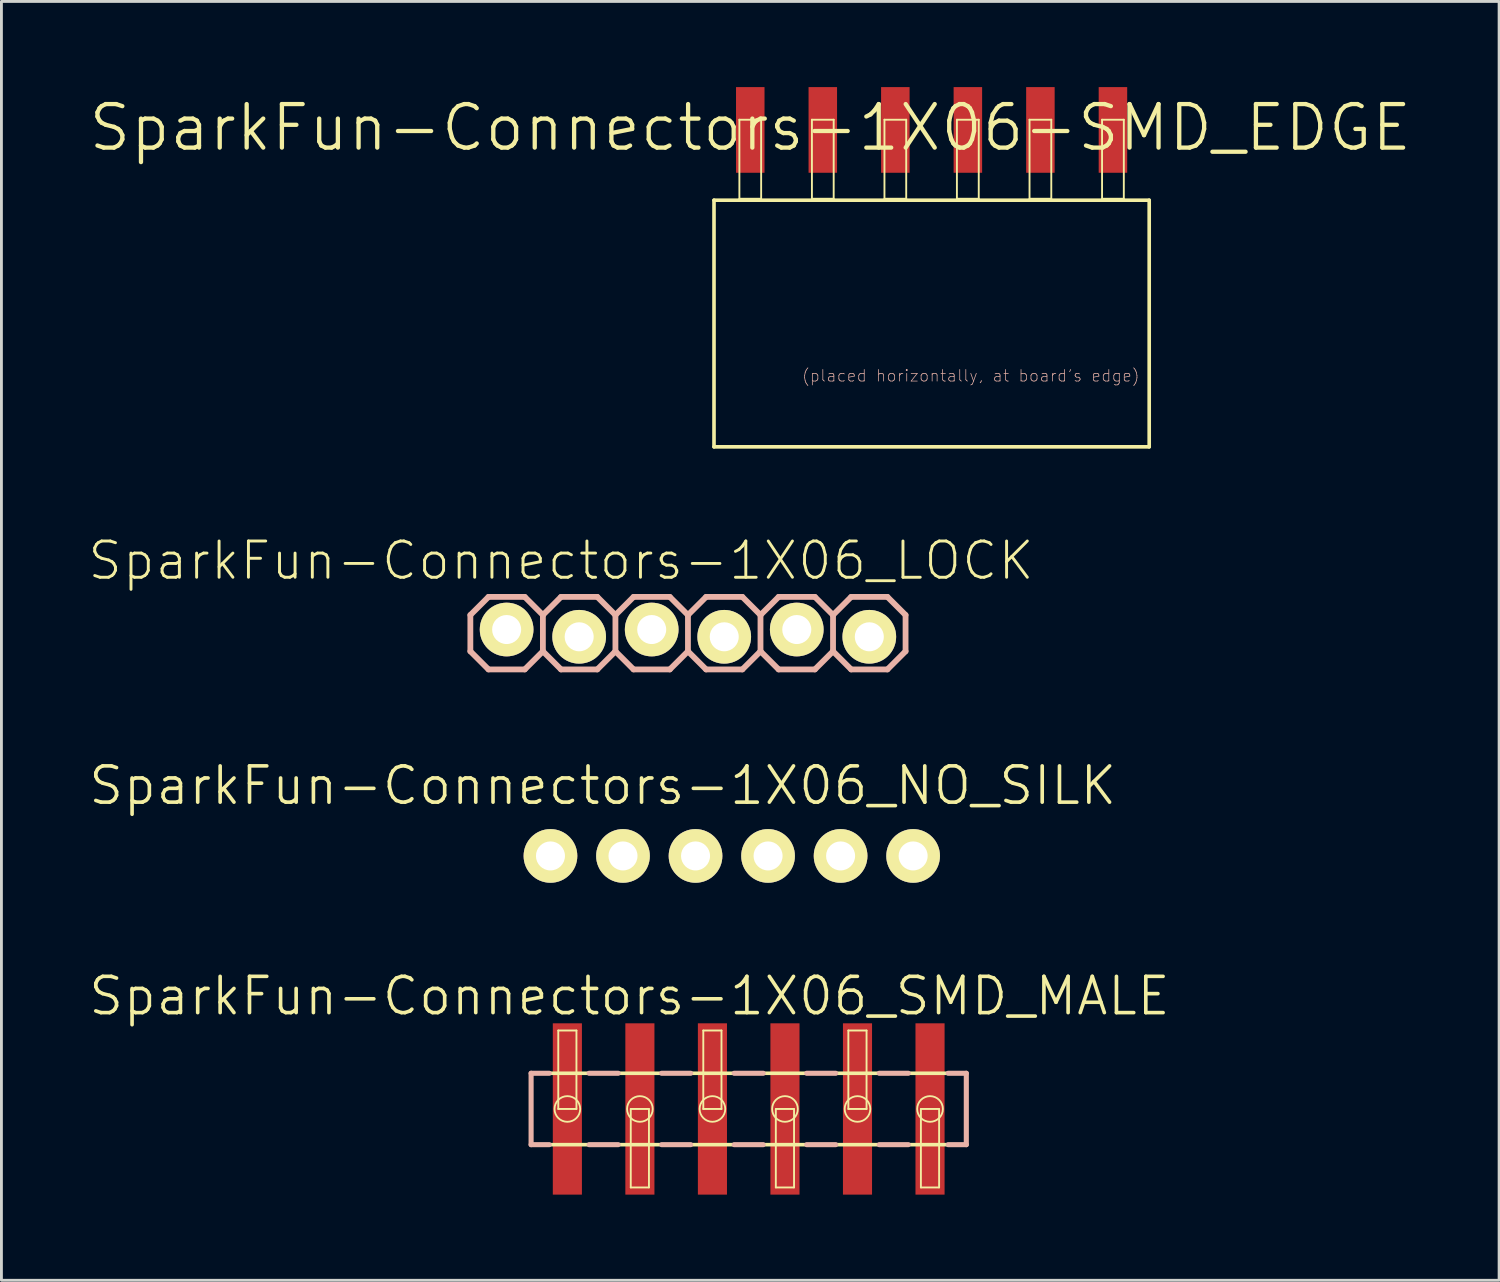
<source format=kicad_pcb>
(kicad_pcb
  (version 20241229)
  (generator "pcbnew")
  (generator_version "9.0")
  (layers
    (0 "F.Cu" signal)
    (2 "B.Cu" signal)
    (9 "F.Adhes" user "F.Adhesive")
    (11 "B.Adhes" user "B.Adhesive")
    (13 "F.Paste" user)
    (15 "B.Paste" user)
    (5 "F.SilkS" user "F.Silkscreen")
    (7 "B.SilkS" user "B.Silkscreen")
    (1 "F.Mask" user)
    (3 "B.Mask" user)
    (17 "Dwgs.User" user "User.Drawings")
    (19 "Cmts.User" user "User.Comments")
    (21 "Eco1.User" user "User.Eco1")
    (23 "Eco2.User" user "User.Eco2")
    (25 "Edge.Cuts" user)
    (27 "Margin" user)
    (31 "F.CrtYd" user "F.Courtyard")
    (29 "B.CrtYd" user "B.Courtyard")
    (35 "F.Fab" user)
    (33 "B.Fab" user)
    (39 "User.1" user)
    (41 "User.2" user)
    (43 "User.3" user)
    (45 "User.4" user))
  (footprint "SparkFun-Connectors-1X06_LOCK"
    (layer "F.Cu")
    (at 14.691 18.995)
    (property "Reference" "SparkFun-Connectors-1X06_LOCK" (at 1.905 -2.413 0) (layer "F.SilkS") (effects (font (size 1.27 1.27) (thickness 0.102))))
    (attr exclude_from_pos_files exclude_from_bom)
    (fp_line (start -0.292 -0.165) (end 0.292 -0.165) (stroke (width 0.066) (type solid)) (layer "F.SilkS"))
    (fp_line (start -0.292 0.419) (end -0.292 -0.165) (stroke (width 0.066) (type solid)) (layer "F.SilkS"))
    (fp_line (start -0.292 0.419) (end 0.292 0.419) (stroke (width 0.066) (type solid)) (layer "F.SilkS"))
    (fp_line (start 0.292 0.419) (end 0.292 -0.165) (stroke (width 0.066) (type solid)) (layer "F.SilkS"))
    (fp_line (start 2.248 -0.165) (end 2.832 -0.165) (stroke (width 0.066) (type solid)) (layer "F.SilkS"))
    (fp_line (start 2.248 0.419) (end 2.248 -0.165) (stroke (width 0.066) (type solid)) (layer "F.SilkS"))
    (fp_line (start 2.248 0.419) (end 2.832 0.419) (stroke (width 0.066) (type solid)) (layer "F.SilkS"))
    (fp_line (start 2.832 0.419) (end 2.832 -0.165) (stroke (width 0.066) (type solid)) (layer "F.SilkS"))
    (fp_line (start 4.788 -0.165) (end 5.372 -0.165) (stroke (width 0.066) (type solid)) (layer "F.SilkS"))
    (fp_line (start 4.788 0.419) (end 4.788 -0.165) (stroke (width 0.066) (type solid)) (layer "F.SilkS"))
    (fp_line (start 4.788 0.419) (end 5.372 0.419) (stroke (width 0.066) (type solid)) (layer "F.SilkS"))
    (fp_line (start 5.372 0.419) (end 5.372 -0.165) (stroke (width 0.066) (type solid)) (layer "F.SilkS"))
    (fp_line (start 7.328 -0.165) (end 7.912 -0.165) (stroke (width 0.066) (type solid)) (layer "F.SilkS"))
    (fp_line (start 7.328 0.419) (end 7.328 -0.165) (stroke (width 0.066) (type solid)) (layer "F.SilkS"))
    (fp_line (start 7.328 0.419) (end 7.912 0.419) (stroke (width 0.066) (type solid)) (layer "F.SilkS"))
    (fp_line (start 7.912 0.419) (end 7.912 -0.165) (stroke (width 0.066) (type solid)) (layer "F.SilkS"))
    (fp_line (start 9.868 -0.165) (end 10.452 -0.165) (stroke (width 0.066) (type solid)) (layer "F.SilkS"))
    (fp_line (start 9.868 0.419) (end 9.868 -0.165) (stroke (width 0.066) (type solid)) (layer "F.SilkS"))
    (fp_line (start 9.868 0.419) (end 10.452 0.419) (stroke (width 0.066) (type solid)) (layer "F.SilkS"))
    (fp_line (start 10.452 0.419) (end 10.452 -0.165) (stroke (width 0.066) (type solid)) (layer "F.SilkS"))
    (fp_line (start 12.408 -0.165) (end 12.992 -0.165) (stroke (width 0.066) (type solid)) (layer "F.SilkS"))
    (fp_line (start 12.408 0.419) (end 12.408 -0.165) (stroke (width 0.066) (type solid)) (layer "F.SilkS"))
    (fp_line (start 12.408 0.419) (end 12.992 0.419) (stroke (width 0.066) (type solid)) (layer "F.SilkS"))
    (fp_line (start 12.992 0.419) (end 12.992 -0.165) (stroke (width 0.066) (type solid)) (layer "F.SilkS"))
    (fp_line (start -1.27 -0.508) (end -0.635 -1.143) (stroke (width 0.203) (type solid)) (layer "B.SilkS"))
    (fp_line (start -1.27 0.762) (end -1.27 -0.508) (stroke (width 0.203) (type solid)) (layer "B.SilkS"))
    (fp_line (start -0.635 -1.143) (end 0.635 -1.143) (stroke (width 0.203) (type solid)) (layer "B.SilkS"))
    (fp_line (start -0.635 1.397) (end -1.27 0.762) (stroke (width 0.203) (type solid)) (layer "B.SilkS"))
    (fp_line (start 0.635 -1.143) (end 1.27 -0.508) (stroke (width 0.203) (type solid)) (layer "B.SilkS"))
    (fp_line (start 0.635 1.397) (end -0.635 1.397) (stroke (width 0.203) (type solid)) (layer "B.SilkS"))
    (fp_line (start 1.27 -0.508) (end 1.27 0.762) (stroke (width 0.203) (type solid)) (layer "B.SilkS"))
    (fp_line (start 1.27 -0.508) (end 1.905 -1.143) (stroke (width 0.203) (type solid)) (layer "B.SilkS"))
    (fp_line (start 1.27 0.762) (end 0.635 1.397) (stroke (width 0.203) (type solid)) (layer "B.SilkS"))
    (fp_line (start 1.905 -1.143) (end 3.175 -1.143) (stroke (width 0.203) (type solid)) (layer "B.SilkS"))
    (fp_line (start 1.905 1.397) (end 1.27 0.762) (stroke (width 0.203) (type solid)) (layer "B.SilkS"))
    (fp_line (start 3.175 -1.143) (end 3.81 -0.508) (stroke (width 0.203) (type solid)) (layer "B.SilkS"))
    (fp_line (start 3.175 1.397) (end 1.905 1.397) (stroke (width 0.203) (type solid)) (layer "B.SilkS"))
    (fp_line (start 3.81 -0.508) (end 3.81 0.762) (stroke (width 0.203) (type solid)) (layer "B.SilkS"))
    (fp_line (start 3.81 -0.508) (end 4.445 -1.143) (stroke (width 0.203) (type solid)) (layer "B.SilkS"))
    (fp_line (start 3.81 0.762) (end 3.175 1.397) (stroke (width 0.203) (type solid)) (layer "B.SilkS"))
    (fp_line (start 4.445 -1.143) (end 5.715 -1.143) (stroke (width 0.203) (type solid)) (layer "B.SilkS"))
    (fp_line (start 4.445 1.397) (end 3.81 0.762) (stroke (width 0.203) (type solid)) (layer "B.SilkS"))
    (fp_line (start 5.715 -1.143) (end 6.35 -0.508) (stroke (width 0.203) (type solid)) (layer "B.SilkS"))
    (fp_line (start 5.715 1.397) (end 4.445 1.397) (stroke (width 0.203) (type solid)) (layer "B.SilkS"))
    (fp_line (start 6.35 -0.508) (end 6.35 0.762) (stroke (width 0.203) (type solid)) (layer "B.SilkS"))
    (fp_line (start 6.35 -0.508) (end 6.985 -1.143) (stroke (width 0.203) (type solid)) (layer "B.SilkS"))
    (fp_line (start 6.35 0.762) (end 5.715 1.397) (stroke (width 0.203) (type solid)) (layer "B.SilkS"))
    (fp_line (start 6.985 -1.143) (end 8.255 -1.143) (stroke (width 0.203) (type solid)) (layer "B.SilkS"))
    (fp_line (start 6.985 1.397) (end 6.35 0.762) (stroke (width 0.203) (type solid)) (layer "B.SilkS"))
    (fp_line (start 8.255 -1.143) (end 8.89 -0.508) (stroke (width 0.203) (type solid)) (layer "B.SilkS"))
    (fp_line (start 8.255 1.397) (end 6.985 1.397) (stroke (width 0.203) (type solid)) (layer "B.SilkS"))
    (fp_line (start 8.89 -0.508) (end 8.89 0.762) (stroke (width 0.203) (type solid)) (layer "B.SilkS"))
    (fp_line (start 8.89 -0.508) (end 9.525 -1.143) (stroke (width 0.203) (type solid)) (layer "B.SilkS"))
    (fp_line (start 8.89 0.762) (end 8.255 1.397) (stroke (width 0.203) (type solid)) (layer "B.SilkS"))
    (fp_line (start 9.525 -1.143) (end 10.795 -1.143) (stroke (width 0.203) (type solid)) (layer "B.SilkS"))
    (fp_line (start 9.525 1.397) (end 8.89 0.762) (stroke (width 0.203) (type solid)) (layer "B.SilkS"))
    (fp_line (start 10.795 -1.143) (end 11.43 -0.508) (stroke (width 0.203) (type solid)) (layer "B.SilkS"))
    (fp_line (start 10.795 1.397) (end 9.525 1.397) (stroke (width 0.203) (type solid)) (layer "B.SilkS"))
    (fp_line (start 11.43 -0.508) (end 11.43 0.762) (stroke (width 0.203) (type solid)) (layer "B.SilkS"))
    (fp_line (start 11.43 -0.508) (end 12.065 -1.143) (stroke (width 0.203) (type solid)) (layer "B.SilkS"))
    (fp_line (start 11.43 0.762) (end 10.795 1.397) (stroke (width 0.203) (type solid)) (layer "B.SilkS"))
    (fp_line (start 12.065 -1.143) (end 13.335 -1.143) (stroke (width 0.203) (type solid)) (layer "B.SilkS"))
    (fp_line (start 12.065 1.397) (end 11.43 0.762) (stroke (width 0.203) (type solid)) (layer "B.SilkS"))
    (fp_line (start 13.335 -1.143) (end 13.97 -0.508) (stroke (width 0.203) (type solid)) (layer "B.SilkS"))
    (fp_line (start 13.335 1.397) (end 12.065 1.397) (stroke (width 0.203) (type solid)) (layer "B.SilkS"))
    (fp_line (start 13.97 -0.508) (end 13.97 0.762) (stroke (width 0.203) (type solid)) (layer "B.SilkS"))
    (fp_line (start 13.97 0.762) (end 13.335 1.397) (stroke (width 0.203) (type solid)) (layer "B.SilkS"))
    (pad "1" thru_hole circle (at 0 0) (size 1.88 1.88) (drill 1.016) (layers "*.Cu" "F.Mask" "F.SilkS" "F.Paste"))
    (pad "2" thru_hole circle (at 2.54 0.254) (size 1.88 1.88) (drill 1.016) (layers "*.Cu" "F.Mask" "F.SilkS" "F.Paste"))
    (pad "3" thru_hole circle (at 5.08 0) (size 1.88 1.88) (drill 1.016) (layers "*.Cu" "F.Mask" "F.SilkS" "F.Paste"))
    (pad "4" thru_hole circle (at 7.62 0.254) (size 1.88 1.88) (drill 1.016) (layers "*.Cu" "F.Mask" "F.SilkS" "F.Paste"))
    (pad "5" thru_hole circle (at 10.16 0) (size 1.88 1.88) (drill 1.016) (layers "*.Cu" "F.Mask" "F.SilkS" "F.Paste"))
    (pad "6" thru_hole circle (at 12.7 0.254) (size 1.88 1.88) (drill 1.016) (layers "*.Cu" "F.Mask" "F.SilkS" "F.Paste")))
  (footprint "SparkFun-Connectors-1X06_NO_SILK"
    (layer "F.Cu")
    (at 16.226 26.923)
    (property "Reference" "SparkFun-Connectors-1X06_NO_SILK" (at 1.829 -2.464 0) (layer "F.SilkS") (effects (font (size 1.27 1.27) (thickness 0.127))))
    (attr exclude_from_pos_files exclude_from_bom)
    (fp_line (start -0.254 -0.254) (end 0.254 -0.254) (stroke (width 0.066) (type solid)) (layer "F.SilkS"))
    (fp_line (start -0.254 0.254) (end -0.254 -0.254) (stroke (width 0.066) (type solid)) (layer "F.SilkS"))
    (fp_line (start -0.254 0.254) (end 0.254 0.254) (stroke (width 0.066) (type solid)) (layer "F.SilkS"))
    (fp_line (start 0.254 0.254) (end 0.254 -0.254) (stroke (width 0.066) (type solid)) (layer "F.SilkS"))
    (fp_line (start 2.286 -0.254) (end 2.794 -0.254) (stroke (width 0.066) (type solid)) (layer "F.SilkS"))
    (fp_line (start 2.286 0.254) (end 2.286 -0.254) (stroke (width 0.066) (type solid)) (layer "F.SilkS"))
    (fp_line (start 2.286 0.254) (end 2.794 0.254) (stroke (width 0.066) (type solid)) (layer "F.SilkS"))
    (fp_line (start 2.794 0.254) (end 2.794 -0.254) (stroke (width 0.066) (type solid)) (layer "F.SilkS"))
    (fp_line (start 4.826 -0.254) (end 5.334 -0.254) (stroke (width 0.066) (type solid)) (layer "F.SilkS"))
    (fp_line (start 4.826 0.254) (end 4.826 -0.254) (stroke (width 0.066) (type solid)) (layer "F.SilkS"))
    (fp_line (start 4.826 0.254) (end 5.334 0.254) (stroke (width 0.066) (type solid)) (layer "F.SilkS"))
    (fp_line (start 5.334 0.254) (end 5.334 -0.254) (stroke (width 0.066) (type solid)) (layer "F.SilkS"))
    (fp_line (start 7.366 -0.254) (end 7.874 -0.254) (stroke (width 0.066) (type solid)) (layer "F.SilkS"))
    (fp_line (start 7.366 0.254) (end 7.366 -0.254) (stroke (width 0.066) (type solid)) (layer "F.SilkS"))
    (fp_line (start 7.366 0.254) (end 7.874 0.254) (stroke (width 0.066) (type solid)) (layer "F.SilkS"))
    (fp_line (start 7.874 0.254) (end 7.874 -0.254) (stroke (width 0.066) (type solid)) (layer "F.SilkS"))
    (fp_line (start 9.906 -0.254) (end 10.414 -0.254) (stroke (width 0.066) (type solid)) (layer "F.SilkS"))
    (fp_line (start 9.906 0.254) (end 9.906 -0.254) (stroke (width 0.066) (type solid)) (layer "F.SilkS"))
    (fp_line (start 9.906 0.254) (end 10.414 0.254) (stroke (width 0.066) (type solid)) (layer "F.SilkS"))
    (fp_line (start 10.414 0.254) (end 10.414 -0.254) (stroke (width 0.066) (type solid)) (layer "F.SilkS"))
    (fp_line (start 12.446 -0.254) (end 12.954 -0.254) (stroke (width 0.066) (type solid)) (layer "F.SilkS"))
    (fp_line (start 12.446 0.254) (end 12.446 -0.254) (stroke (width 0.066) (type solid)) (layer "F.SilkS"))
    (fp_line (start 12.446 0.254) (end 12.954 0.254) (stroke (width 0.066) (type solid)) (layer "F.SilkS"))
    (fp_line (start 12.954 0.254) (end 12.954 -0.254) (stroke (width 0.066) (type solid)) (layer "F.SilkS"))
    (pad "1" thru_hole circle (at 0 0) (size 1.88 1.88) (drill 1.016) (layers "*.Cu" "F.Mask" "F.SilkS" "F.Paste"))
    (pad "2" thru_hole circle (at 2.54 0) (size 1.88 1.88) (drill 1.016) (layers "*.Cu" "F.Mask" "F.SilkS" "F.Paste"))
    (pad "3" thru_hole circle (at 5.08 0) (size 1.88 1.88) (drill 1.016) (layers "*.Cu" "F.Mask" "F.SilkS" "F.Paste"))
    (pad "4" thru_hole circle (at 7.62 0) (size 1.88 1.88) (drill 1.016) (layers "*.Cu" "F.Mask" "F.SilkS" "F.Paste"))
    (pad "5" thru_hole circle (at 10.16 0) (size 1.88 1.88) (drill 1.016) (layers "*.Cu" "F.Mask" "F.SilkS" "F.Paste"))
    (pad "6" thru_hole circle (at 12.7 0) (size 1.88 1.88) (drill 1.016) (layers "*.Cu" "F.Mask" "F.SilkS" "F.Paste")))
  (footprint "SparkFun-Connectors-1X06_SMD_MALE"
    (layer "F.Cu")
    (at 16.818 35.784)
    (property "Reference" "SparkFun-Connectors-1X06_SMD_MALE" (at 2.174 -3.955 0) (layer "F.SilkS") (effects (font (size 1.27 1.27) (thickness 0.127))))
    (attr smd)
    (fp_line (start -1.27 -1.25) (end -1.27 1.25) (stroke (width 0.127) (type solid)) (layer "F.SilkS"))
    (fp_line (start -1.27 1.25) (end 13.97 1.25) (stroke (width 0.127) (type solid)) (layer "F.SilkS"))
    (fp_line (start -0.318 -2.748) (end 0.318 -2.748) (stroke (width 0.066) (type solid)) (layer "F.SilkS"))
    (fp_line (start -0.318 0) (end -0.318 -2.748) (stroke (width 0.066) (type solid)) (layer "F.SilkS"))
    (fp_line (start -0.318 0) (end 0.318 0) (stroke (width 0.066) (type solid)) (layer "F.SilkS"))
    (fp_line (start 0.318 0) (end 0.318 -2.748) (stroke (width 0.066) (type solid)) (layer "F.SilkS"))
    (fp_line (start 2.22 0) (end 2.857 0) (stroke (width 0.066) (type solid)) (layer "F.SilkS"))
    (fp_line (start 2.22 2.748) (end 2.22 0) (stroke (width 0.066) (type solid)) (layer "F.SilkS"))
    (fp_line (start 2.22 2.748) (end 2.857 2.748) (stroke (width 0.066) (type solid)) (layer "F.SilkS"))
    (fp_line (start 2.857 2.748) (end 2.857 0) (stroke (width 0.066) (type solid)) (layer "F.SilkS"))
    (fp_line (start 4.76 -2.748) (end 5.397 -2.748) (stroke (width 0.066) (type solid)) (layer "F.SilkS"))
    (fp_line (start 4.76 0) (end 4.76 -2.748) (stroke (width 0.066) (type solid)) (layer "F.SilkS"))
    (fp_line (start 4.76 0) (end 5.397 0) (stroke (width 0.066) (type solid)) (layer "F.SilkS"))
    (fp_line (start 5.397 0) (end 5.397 -2.748) (stroke (width 0.066) (type solid)) (layer "F.SilkS"))
    (fp_line (start 7.3 0) (end 7.938 0) (stroke (width 0.066) (type solid)) (layer "F.SilkS"))
    (fp_line (start 7.3 2.748) (end 7.3 0) (stroke (width 0.066) (type solid)) (layer "F.SilkS"))
    (fp_line (start 7.3 2.748) (end 7.938 2.748) (stroke (width 0.066) (type solid)) (layer "F.SilkS"))
    (fp_line (start 7.938 2.748) (end 7.938 0) (stroke (width 0.066) (type solid)) (layer "F.SilkS"))
    (fp_line (start 9.84 -2.748) (end 10.477 -2.748) (stroke (width 0.066) (type solid)) (layer "F.SilkS"))
    (fp_line (start 9.84 0) (end 9.84 -2.748) (stroke (width 0.066) (type solid)) (layer "F.SilkS"))
    (fp_line (start 9.84 0) (end 10.477 0) (stroke (width 0.066) (type solid)) (layer "F.SilkS"))
    (fp_line (start 10.477 0) (end 10.477 -2.748) (stroke (width 0.066) (type solid)) (layer "F.SilkS"))
    (fp_line (start 12.38 0) (end 13.018 0) (stroke (width 0.066) (type solid)) (layer "F.SilkS"))
    (fp_line (start 12.38 2.748) (end 12.38 0) (stroke (width 0.066) (type solid)) (layer "F.SilkS"))
    (fp_line (start 12.38 2.748) (end 13.018 2.748) (stroke (width 0.066) (type solid)) (layer "F.SilkS"))
    (fp_line (start 13.018 2.748) (end 13.018 0) (stroke (width 0.066) (type solid)) (layer "F.SilkS"))
    (fp_line (start 13.97 -1.25) (end -1.27 -1.25) (stroke (width 0.127) (type solid)) (layer "F.SilkS"))
    (fp_line (start 13.97 1.25) (end 13.97 -1.25) (stroke (width 0.127) (type solid)) (layer "F.SilkS"))
    (fp_circle (center 0 0) (end -0.318 0.318) (stroke (width 0.064) (type solid)) (fill no) (layer "F.SilkS"))
    (fp_circle (center 2.54 0) (end 2.857 0.318) (stroke (width 0.064) (type solid)) (fill no) (layer "F.SilkS"))
    (fp_circle (center 5.08 0) (end 5.397 0.318) (stroke (width 0.064) (type solid)) (fill no) (layer "F.SilkS"))
    (fp_circle (center 7.62 0) (end 7.938 0.318) (stroke (width 0.064) (type solid)) (fill no) (layer "F.SilkS"))
    (fp_circle (center 10.16 0) (end 10.477 0.318) (stroke (width 0.064) (type solid)) (fill no) (layer "F.SilkS"))
    (fp_circle (center 12.7 0) (end 13.018 0.318) (stroke (width 0.064) (type solid)) (fill no) (layer "F.SilkS"))
    (fp_line (start -1.27 -1.25) (end -1.27 1.25) (stroke (width 0.178) (type solid)) (layer "B.SilkS"))
    (fp_line (start -1.27 -1.25) (end -0.635 -1.25) (stroke (width 0.178) (type solid)) (layer "B.SilkS"))
    (fp_line (start -1.27 1.25) (end -0.635 1.25) (stroke (width 0.178) (type solid)) (layer "B.SilkS"))
    (fp_line (start 0.762 -1.25) (end 1.778 -1.25) (stroke (width 0.178) (type solid)) (layer "B.SilkS"))
    (fp_line (start 1.778 1.25) (end 0.762 1.25) (stroke (width 0.178) (type solid)) (layer "B.SilkS"))
    (fp_line (start 3.302 -1.25) (end 4.318 -1.25) (stroke (width 0.178) (type solid)) (layer "B.SilkS"))
    (fp_line (start 4.318 1.25) (end 3.302 1.25) (stroke (width 0.178) (type solid)) (layer "B.SilkS"))
    (fp_line (start 5.842 -1.25) (end 6.858 -1.25) (stroke (width 0.178) (type solid)) (layer "B.SilkS"))
    (fp_line (start 6.858 1.25) (end 5.842 1.25) (stroke (width 0.178) (type solid)) (layer "B.SilkS"))
    (fp_line (start 8.382 -1.25) (end 9.398 -1.25) (stroke (width 0.178) (type solid)) (layer "B.SilkS"))
    (fp_line (start 9.398 1.25) (end 8.382 1.25) (stroke (width 0.178) (type solid)) (layer "B.SilkS"))
    (fp_line (start 10.922 -1.25) (end 11.938 -1.25) (stroke (width 0.178) (type solid)) (layer "B.SilkS"))
    (fp_line (start 11.938 1.25) (end 10.922 1.25) (stroke (width 0.178) (type solid)) (layer "B.SilkS"))
    (fp_line (start 13.97 -1.25) (end 13.335 -1.25) (stroke (width 0.178) (type solid)) (layer "B.SilkS"))
    (fp_line (start 13.97 1.25) (end 13.335 1.25) (stroke (width 0.178) (type solid)) (layer "B.SilkS"))
    (fp_line (start 13.97 1.25) (end 13.97 -1.25) (stroke (width 0.178) (type solid)) (layer "B.SilkS"))
    (pad "1" smd rect (at 0 0) (size 1.019 5.999) (layers "F.Cu" "F.Mask" "F.Paste"))
    (pad "2" smd rect (at 2.54 0) (size 1.019 5.999) (layers "F.Cu" "F.Mask" "F.Paste"))
    (pad "3" smd rect (at 5.08 0) (size 1.019 5.999) (layers "F.Cu" "F.Mask" "F.Paste"))
    (pad "4" smd rect (at 7.62 0) (size 1.019 5.999) (layers "F.Cu" "F.Mask" "F.Paste"))
    (pad "5" smd rect (at 10.16 0) (size 1.019 5.999) (layers "F.Cu" "F.Mask" "F.Paste"))
    (pad "6" smd rect (at 12.7 0) (size 1.019 5.999) (layers "F.Cu" "F.Mask" "F.Paste")))
  (footprint "SparkFun-Connectors-1X06-SMD_EDGE"
    (layer "F.Cu")
    (at 23.223 1.421)
    (property "Reference" "SparkFun-Connectors-1X06-SMD_EDGE" (at 0 0 0) (layer "F.SilkS") (effects (font (size 1.524 1.524) (thickness 0.15))))
    (attr smd)
    (fp_line (start -1.27 2.54) (end -1.27 11.176) (stroke (width 0.127) (type solid)) (layer "F.SilkS"))
    (fp_line (start -1.27 11.176) (end 13.97 11.176) (stroke (width 0.127) (type solid)) (layer "F.SilkS"))
    (fp_line (start -0.381 -0.279) (end 0.381 -0.279) (stroke (width 0.066) (type solid)) (layer "F.SilkS"))
    (fp_line (start -0.381 2.489) (end -0.381 -0.279) (stroke (width 0.066) (type solid)) (layer "F.SilkS"))
    (fp_line (start -0.381 2.489) (end 0.381 2.489) (stroke (width 0.066) (type solid)) (layer "F.SilkS"))
    (fp_line (start 0.381 2.489) (end 0.381 -0.279) (stroke (width 0.066) (type solid)) (layer "F.SilkS"))
    (fp_line (start 2.159 -0.279) (end 2.921 -0.279) (stroke (width 0.066) (type solid)) (layer "F.SilkS"))
    (fp_line (start 2.159 2.489) (end 2.159 -0.279) (stroke (width 0.066) (type solid)) (layer "F.SilkS"))
    (fp_line (start 2.159 2.489) (end 2.921 2.489) (stroke (width 0.066) (type solid)) (layer "F.SilkS"))
    (fp_line (start 2.921 2.489) (end 2.921 -0.279) (stroke (width 0.066) (type solid)) (layer "F.SilkS"))
    (fp_line (start 4.699 -0.279) (end 5.461 -0.279) (stroke (width 0.066) (type solid)) (layer "F.SilkS"))
    (fp_line (start 4.699 2.489) (end 4.699 -0.279) (stroke (width 0.066) (type solid)) (layer "F.SilkS"))
    (fp_line (start 4.699 2.489) (end 5.461 2.489) (stroke (width 0.066) (type solid)) (layer "F.SilkS"))
    (fp_line (start 5.461 2.489) (end 5.461 -0.279) (stroke (width 0.066) (type solid)) (layer "F.SilkS"))
    (fp_line (start 7.236 -0.279) (end 8.001 -0.279) (stroke (width 0.066) (type solid)) (layer "F.SilkS"))
    (fp_line (start 7.236 2.489) (end 7.236 -0.279) (stroke (width 0.066) (type solid)) (layer "F.SilkS"))
    (fp_line (start 7.236 2.489) (end 8.001 2.489) (stroke (width 0.066) (type solid)) (layer "F.SilkS"))
    (fp_line (start 8.001 2.489) (end 8.001 -0.279) (stroke (width 0.066) (type solid)) (layer "F.SilkS"))
    (fp_line (start 9.779 -0.279) (end 10.541 -0.279) (stroke (width 0.066) (type solid)) (layer "F.SilkS"))
    (fp_line (start 9.779 2.489) (end 9.779 -0.279) (stroke (width 0.066) (type solid)) (layer "F.SilkS"))
    (fp_line (start 9.779 2.489) (end 10.541 2.489) (stroke (width 0.066) (type solid)) (layer "F.SilkS"))
    (fp_line (start 10.541 2.489) (end 10.541 -0.279) (stroke (width 0.066) (type solid)) (layer "F.SilkS"))
    (fp_line (start 12.319 -0.279) (end 13.081 -0.279) (stroke (width 0.066) (type solid)) (layer "F.SilkS"))
    (fp_line (start 12.319 2.489) (end 12.319 -0.279) (stroke (width 0.066) (type solid)) (layer "F.SilkS"))
    (fp_line (start 12.319 2.489) (end 13.081 2.489) (stroke (width 0.066) (type solid)) (layer "F.SilkS"))
    (fp_line (start 13.081 2.489) (end 13.081 -0.279) (stroke (width 0.066) (type solid)) (layer "F.SilkS"))
    (fp_line (start 13.97 2.54) (end -1.27 2.54) (stroke (width 0.127) (type solid)) (layer "F.SilkS"))
    (fp_line (start 13.97 11.176) (end 13.97 2.54) (stroke (width 0.127) (type solid)) (layer "F.SilkS"))
    (fp_text user "(placed horizontally, at board's edge)" (at 7.722 8.687 0) (layer "B.SilkS") (effects (font (size 0.406 0.406) (thickness 0.025))))
    (pad "1" smd rect (at 0 0.079 90) (size 3 0.998) (layers "F.Cu" "F.Mask" "F.Paste"))
    (pad "2" smd rect (at 2.54 0.079 90) (size 3 0.998) (layers "F.Cu" "F.Mask" "F.Paste"))
    (pad "3" smd rect (at 5.08 0.079 90) (size 3 0.998) (layers "F.Cu" "F.Mask" "F.Paste"))
    (pad "4" smd rect (at 7.62 0.079 90) (size 3 0.998) (layers "F.Cu" "F.Mask" "F.Paste"))
    (pad "5" smd rect (at 10.16 0.079 90) (size 3 0.998) (layers "F.Cu" "F.Mask" "F.Paste"))
    (pad "6" smd rect (at 12.7 0.079 90) (size 3 0.998) (layers "F.Cu" "F.Mask" "F.Paste")))
  (gr_rect
    (start -3 -3)
    (end 49.446 41.783)
    (stroke (width 0.1) (type default))
    (fill no)
    (layer "Edge.Cuts")))
</source>
